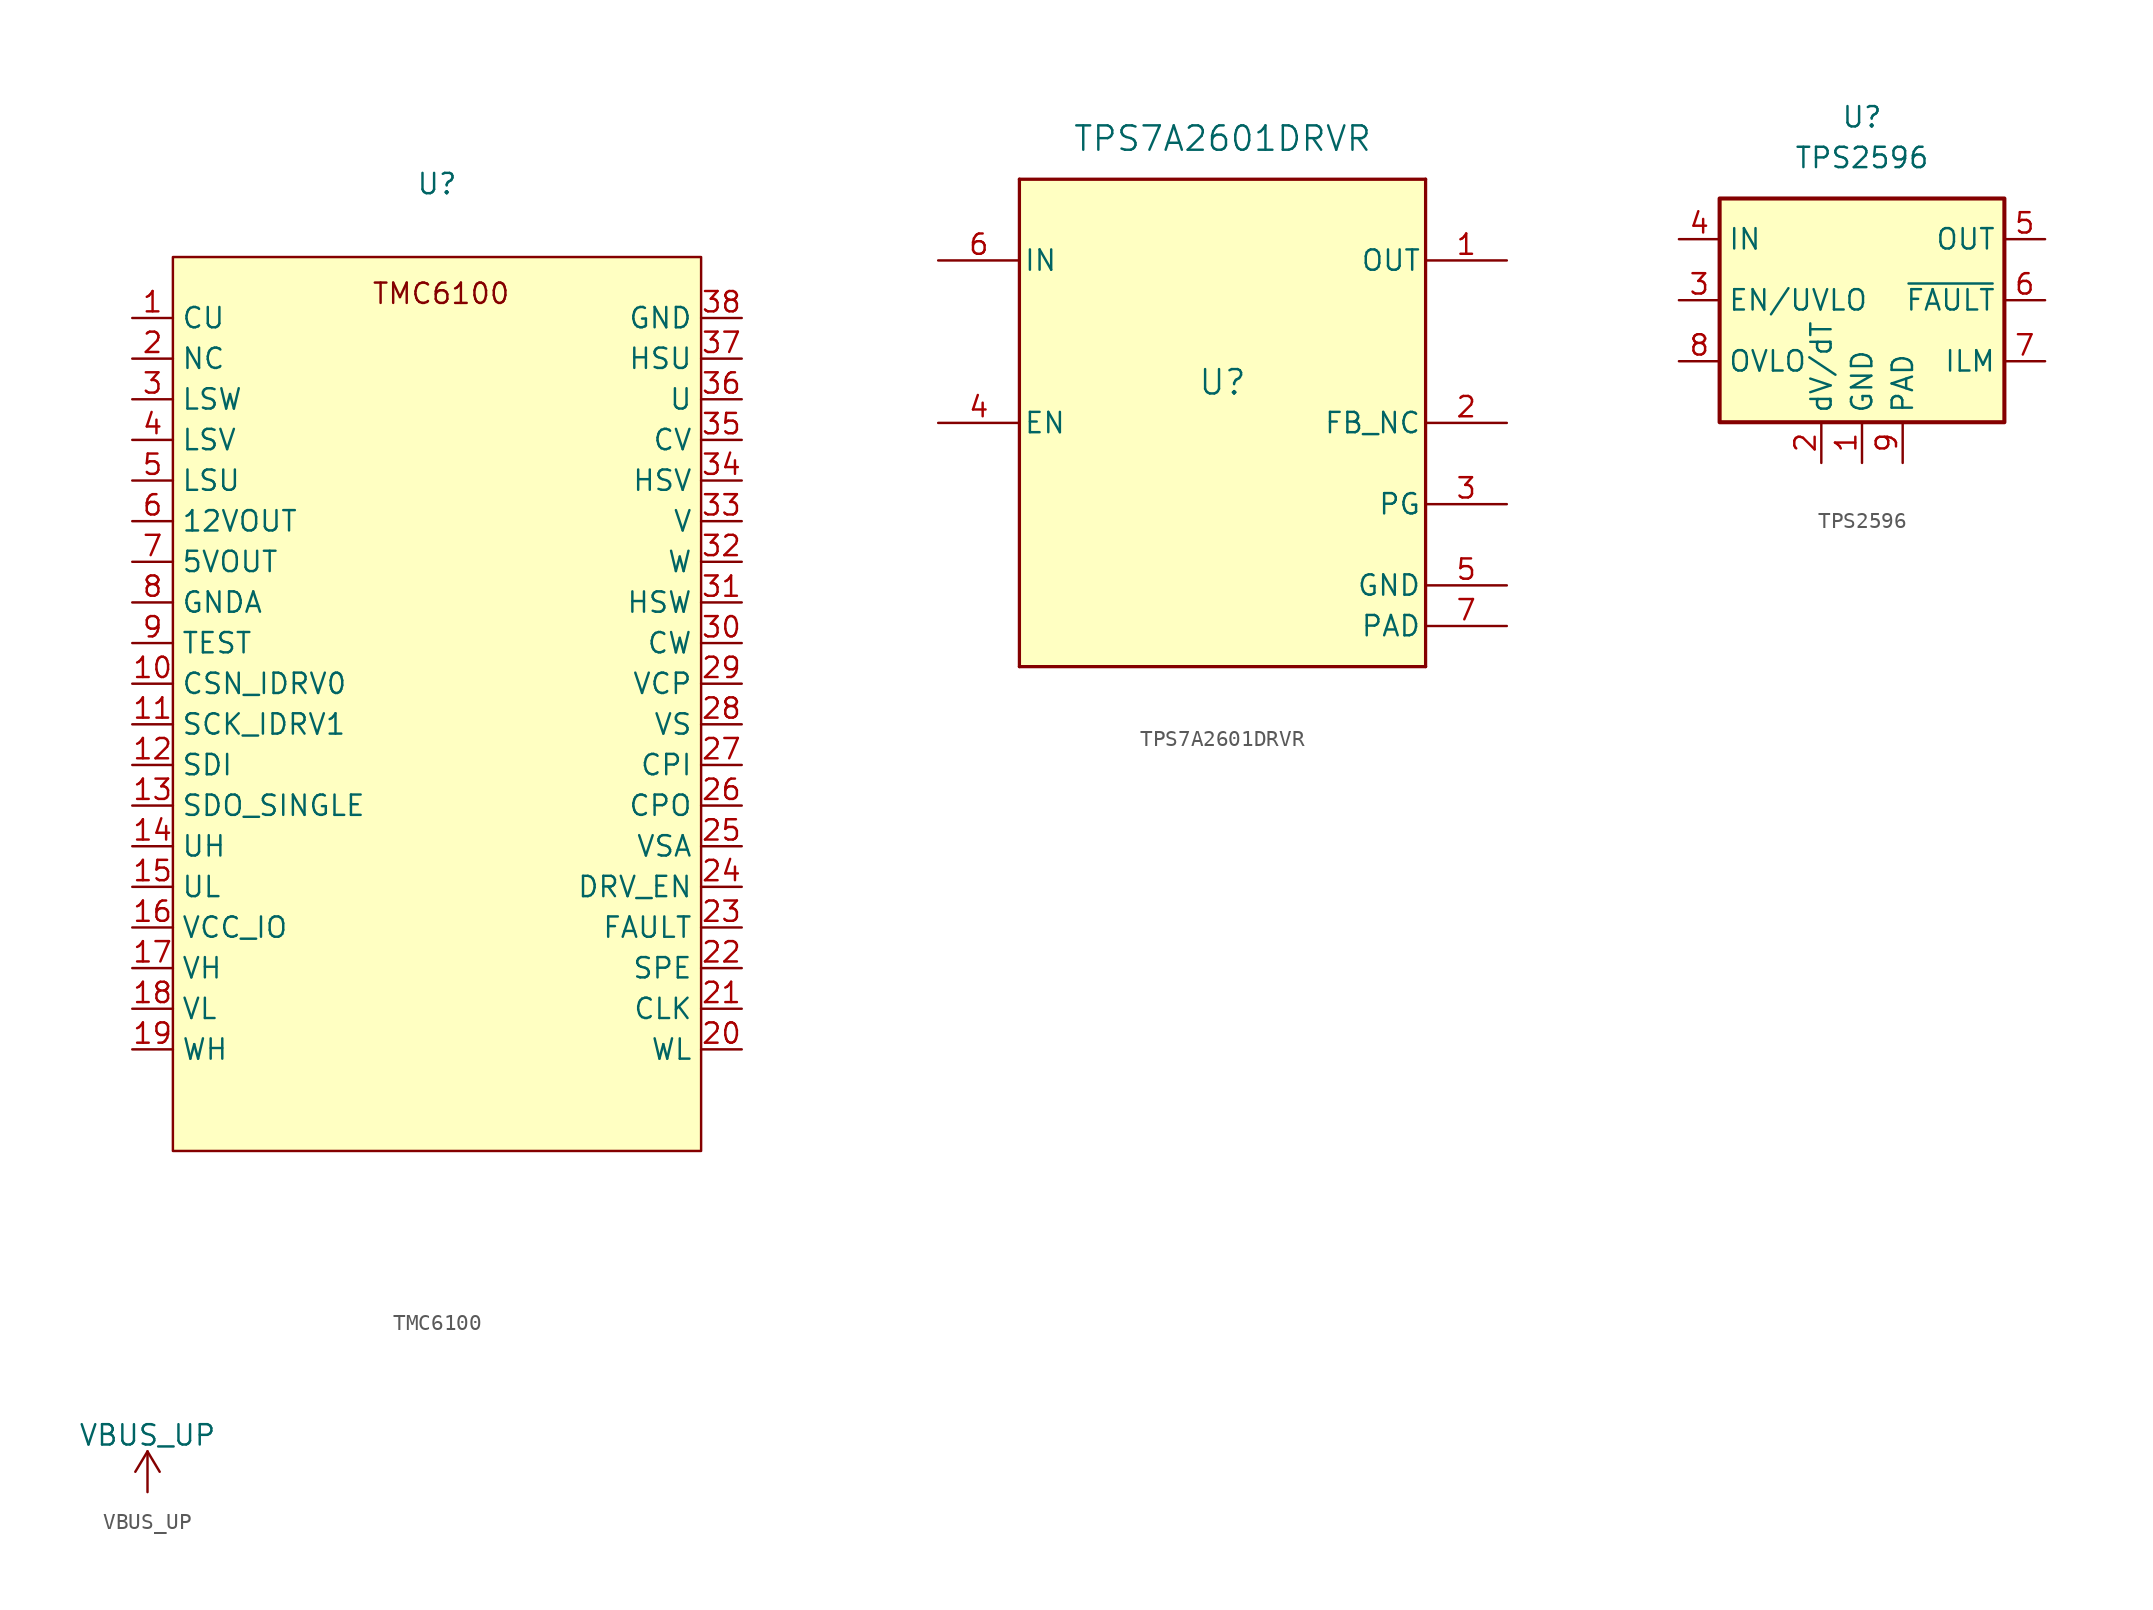
<source format=kicad_sym>
(kicad_symbol_lib
  (version 20231120)
  (generator "kicad_symbol_editor")
  (generator_version "8.0")
  (symbol "TMC6100"
    (property "Reference" "U"
      (at 0 21.082 0)
      (effects (font (size 1.27 1.27))))
    (property "Value" ""
      (at 0 -42.418 0)
      (effects (font (size 1.27 1.27))))
    (symbol "TMC6100_1_1"
      (rectangle (start -16.51 16.51) (end 16.51 -39.37) (stroke (width 0) (type default)) (fill (type background)))
      (text "TMC6100\n" (at 0.254 14.224 0) (effects (font (size 1.27 1.27))))
      (pin input line (at -19.05 12.7 0) (length 2.54) (name "CU" (effects (font (size 1.27 1.27)))) (number "1" (effects (font (size 1.27 1.27)))))
      (pin input line (at -19.05 -10.16 0) (length 2.54) (name "CSN_IDRV0" (effects (font (size 1.27 1.27)))) (number "10" (effects (font (size 1.27 1.27)))))
      (pin input line (at -19.05 -12.7 0) (length 2.54) (name "SCK_IDRV1" (effects (font (size 1.27 1.27)))) (number "11" (effects (font (size 1.27 1.27)))))
      (pin input line (at -19.05 -15.24 0) (length 2.54) (name "SDI" (effects (font (size 1.27 1.27)))) (number "12" (effects (font (size 1.27 1.27)))))
      (pin input line (at -19.05 -17.78 0) (length 2.54) (name "SDO_SINGLE" (effects (font (size 1.27 1.27)))) (number "13" (effects (font (size 1.27 1.27)))))
      (pin input line (at -19.05 -20.32 0) (length 2.54) (name "UH" (effects (font (size 1.27 1.27)))) (number "14" (effects (font (size 1.27 1.27)))))
      (pin input line (at -19.05 -22.86 0) (length 2.54) (name "UL" (effects (font (size 1.27 1.27)))) (number "15" (effects (font (size 1.27 1.27)))))
      (pin input line (at -19.05 -25.4 0) (length 2.54) (name "VCC_IO" (effects (font (size 1.27 1.27)))) (number "16" (effects (font (size 1.27 1.27)))))
      (pin input line (at -19.05 -27.94 0) (length 2.54) (name "VH" (effects (font (size 1.27 1.27)))) (number "17" (effects (font (size 1.27 1.27)))))
      (pin input line (at -19.05 -30.48 0) (length 2.54) (name "VL" (effects (font (size 1.27 1.27)))) (number "18" (effects (font (size 1.27 1.27)))))
      (pin input line (at -19.05 -33.02 0) (length 2.54) (name "WH" (effects (font (size 1.27 1.27)))) (number "19" (effects (font (size 1.27 1.27)))))
      (pin input line (at -19.05 10.16 0) (length 2.54) (name "NC" (effects (font (size 1.27 1.27)))) (number "2" (effects (font (size 1.27 1.27)))))
      (pin input line (at 19.05 -33.02 180) (length 2.54) (name "WL" (effects (font (size 1.27 1.27)))) (number "20" (effects (font (size 1.27 1.27)))))
      (pin input line (at 19.05 -30.48 180) (length 2.54) (name "CLK" (effects (font (size 1.27 1.27)))) (number "21" (effects (font (size 1.27 1.27)))))
      (pin input line (at 19.05 -27.94 180) (length 2.54) (name "SPE" (effects (font (size 1.27 1.27)))) (number "22" (effects (font (size 1.27 1.27)))))
      (pin input line (at 19.05 -25.4 180) (length 2.54) (name "FAULT" (effects (font (size 1.27 1.27)))) (number "23" (effects (font (size 1.27 1.27)))))
      (pin input line (at 19.05 -22.86 180) (length 2.54) (name "DRV_EN" (effects (font (size 1.27 1.27)))) (number "24" (effects (font (size 1.27 1.27)))))
      (pin input line (at 19.05 -20.32 180) (length 2.54) (name "VSA" (effects (font (size 1.27 1.27)))) (number "25" (effects (font (size 1.27 1.27)))))
      (pin input line (at 19.05 -17.78 180) (length 2.54) (name "CPO" (effects (font (size 1.27 1.27)))) (number "26" (effects (font (size 1.27 1.27)))))
      (pin input line (at 19.05 -15.24 180) (length 2.54) (name "CPI" (effects (font (size 1.27 1.27)))) (number "27" (effects (font (size 1.27 1.27)))))
      (pin input line (at 19.05 -12.7 180) (length 2.54) (name "VS" (effects (font (size 1.27 1.27)))) (number "28" (effects (font (size 1.27 1.27)))))
      (pin input line (at 19.05 -10.16 180) (length 2.54) (name "VCP" (effects (font (size 1.27 1.27)))) (number "29" (effects (font (size 1.27 1.27)))))
      (pin input line (at -19.05 7.62 0) (length 2.54) (name "LSW" (effects (font (size 1.27 1.27)))) (number "3" (effects (font (size 1.27 1.27)))))
      (pin input line (at 19.05 -7.62 180) (length 2.54) (name "CW" (effects (font (size 1.27 1.27)))) (number "30" (effects (font (size 1.27 1.27)))))
      (pin input line (at 19.05 -5.08 180) (length 2.54) (name "HSW" (effects (font (size 1.27 1.27)))) (number "31" (effects (font (size 1.27 1.27)))))
      (pin input line (at 19.05 -2.54 180) (length 2.54) (name "W" (effects (font (size 1.27 1.27)))) (number "32" (effects (font (size 1.27 1.27)))))
      (pin input line (at 19.05 0 180) (length 2.54) (name "V" (effects (font (size 1.27 1.27)))) (number "33" (effects (font (size 1.27 1.27)))))
      (pin input line (at 19.05 2.54 180) (length 2.54) (name "HSV" (effects (font (size 1.27 1.27)))) (number "34" (effects (font (size 1.27 1.27)))))
      (pin input line (at 19.05 5.08 180) (length 2.54) (name "CV" (effects (font (size 1.27 1.27)))) (number "35" (effects (font (size 1.27 1.27)))))
      (pin input line (at 19.05 7.62 180) (length 2.54) (name "U" (effects (font (size 1.27 1.27)))) (number "36" (effects (font (size 1.27 1.27)))))
      (pin input line (at 19.05 10.16 180) (length 2.54) (name "HSU" (effects (font (size 1.27 1.27)))) (number "37" (effects (font (size 1.27 1.27)))))
      (pin input line (at 19.05 12.7 180) (length 2.54) (name "GND" (effects (font (size 1.27 1.27)))) (number "38" (effects (font (size 1.27 1.27)))))
      (pin input line (at -19.05 5.08 0) (length 2.54) (name "LSV" (effects (font (size 1.27 1.27)))) (number "4" (effects (font (size 1.27 1.27)))))
      (pin input line (at -19.05 2.54 0) (length 2.54) (name "LSU" (effects (font (size 1.27 1.27)))) (number "5" (effects (font (size 1.27 1.27)))))
      (pin input line (at -19.05 0 0) (length 2.54) (name "12VOUT" (effects (font (size 1.27 1.27)))) (number "6" (effects (font (size 1.27 1.27)))))
      (pin input line (at -19.05 -2.54 0) (length 2.54) (name "5VOUT" (effects (font (size 1.27 1.27)))) (number "7" (effects (font (size 1.27 1.27)))))
      (pin input line (at -19.05 -5.08 0) (length 2.54) (name "GNDA" (effects (font (size 1.27 1.27)))) (number "8" (effects (font (size 1.27 1.27)))))
      (pin input line (at -19.05 -7.62 0) (length 2.54) (name "TEST" (effects (font (size 1.27 1.27)))) (number "9" (effects (font (size 1.27 1.27)))))))
  (symbol "TPS7A2601DRVR"
    (pin_names
      (offset 0.254))
    (property "Reference" "U"
      (at 0 2.54 0)
      (effects (font (size 1.524 1.524))))
    (property "Value" "TPS7A2601DRVR"
      (at 0 17.78 0)
      (effects (font (size 1.524 1.524))))
    (property "ki_locked" ""
      (at 0 0 0)
      (effects (font (size 1.27 1.27))))
    (symbol "TPS7A2601DRVR_0_1"
      (polyline (pts (xy -12.7 -15.24) (xy 12.7 -15.24)) (stroke (width 0.203) (type default)) (fill (type none)))
      (polyline (pts (xy -12.7 15.24) (xy -12.7 -15.24)) (stroke (width 0.203) (type default)) (fill (type none)))
      (polyline (pts (xy 12.7 -15.24) (xy 12.7 15.24)) (stroke (width 0.203) (type default)) (fill (type none)))
      (polyline (pts (xy 12.7 15.24) (xy -12.7 15.24)) (stroke (width 0.203) (type default)) (fill (type none)))
      (pin power_in line (at 17.78 10.16 180) (length 5.08) (name "OUT" (effects (font (size 1.27 1.27)))) (number "1" (effects (font (size 1.27 1.27)))))
      (pin input line (at 17.78 0 180) (length 5.08) (name "FB_NC" (effects (font (size 1.27 1.27)))) (number "2" (effects (font (size 1.27 1.27)))))
      (pin open_collector line (at 17.78 -5.08 180) (length 5.08) (name "PG" (effects (font (size 1.27 1.27)))) (number "3" (effects (font (size 1.27 1.27)))))
      (pin input line (at -17.78 0 0) (length 5.08) (name "EN" (effects (font (size 1.27 1.27)))) (number "4" (effects (font (size 1.27 1.27)))))
      (pin power_in line (at 17.78 -10.16 180) (length 5.08) (name "GND" (effects (font (size 1.27 1.27)))) (number "5" (effects (font (size 1.27 1.27)))))
      (pin power_in line (at -17.78 10.16 0) (length 5.08) (name "IN" (effects (font (size 1.27 1.27)))) (number "6" (effects (font (size 1.27 1.27)))))
      (pin unspecified line (at 17.78 -12.7 180) (length 5.08) (name "PAD" (effects (font (size 1.27 1.27)))) (number "7" (effects (font (size 1.27 1.27))))))
    (symbol "TPS7A2601DRVR_1_1"
      (rectangle (start -12.7 15.24) (end 12.7 -15.24) (stroke (width 0) (type default)) (fill (type background)))))
  (symbol "TPS2596"
    (property "Reference" "U"
      (at 0 11.43 0)
      (effects (font (size 1.27 1.27))))
    (property "Value" "TPS2596"
      (at 0 8.89 0)
      (effects (font (size 1.27 1.27))))
    (symbol "TPS2596_0_1"
      (rectangle (start -8.89 6.35) (end 8.89 -7.62) (stroke (width 0.254) (type default)) (fill (type background))))
    (symbol "TPS2596_1_1"
      (pin power_in line (at 0 -10.16 90) (length 2.54) (name "GND" (effects (font (size 1.27 1.27)))) (number "1" (effects (font (size 1.27 1.27)))))
      (pin input line (at -2.54 -10.16 90) (length 2.54) (name "dV/dT" (effects (font (size 1.27 1.27)))) (number "2" (effects (font (size 1.27 1.27)))))
      (pin input line (at -11.43 0 0) (length 2.54) (name "EN/UVLO" (effects (font (size 1.27 1.27)))) (number "3" (effects (font (size 1.27 1.27)))))
      (pin power_in line (at -11.43 3.81 0) (length 2.54) (name "IN" (effects (font (size 1.27 1.27)))) (number "4" (effects (font (size 1.27 1.27)))))
      (pin power_out line (at 11.43 3.81 180) (length 2.54) (name "OUT" (effects (font (size 1.27 1.27)))) (number "5" (effects (font (size 1.27 1.27)))))
      (pin output line (at 11.43 0 180) (length 2.54) (name "~{FAULT}" (effects (font (size 1.27 1.27)))) (number "6" (effects (font (size 1.27 1.27)))))
      (pin input line (at 11.43 -3.81 180) (length 2.54) (name "ILM" (effects (font (size 1.27 1.27)))) (number "7" (effects (font (size 1.27 1.27)))))
      (pin input line (at -11.43 -3.81 0) (length 2.54) (name "OVLO" (effects (font (size 1.27 1.27)))) (number "8" (effects (font (size 1.27 1.27)))))
      (pin input line (at 2.54 -10.16 90) (length 2.54) (name "PAD" (effects (font (size 1.27 1.27)))) (number "9" (effects (font (size 1.27 1.27)))))))
  (symbol "VBUS_UP"
    (power)
    (pin_names
      (offset 0))
    (property "Reference" "#PWR"
      (at 0 -3.81 0)
      (effects (font (size 1.27 1.27)) (hide yes)))
    (property "Value" "VBUS_UP"
      (at 0 3.556 0)
      (effects (font (size 1.27 1.27))))
    (symbol "VBUS_UP_0_1"
      (polyline (pts (xy -0.762 1.27) (xy 0 2.54)) (stroke (width 0) (type default)) (fill (type none)))
      (polyline (pts (xy 0 0) (xy 0 2.54)) (stroke (width 0) (type default)) (fill (type none)))
      (polyline (pts (xy 0 2.54) (xy 0.762 1.27)) (stroke (width 0) (type default)) (fill (type none))))
    (symbol "VBUS_UP_1_1"
      (pin power_in line (at 0 0 90) (length 0) hide (name "VBUS_UP" (effects (font (size 1.27 1.27)))) (number "1" (effects (font (size 1.27 1.27))))))))
</source>
